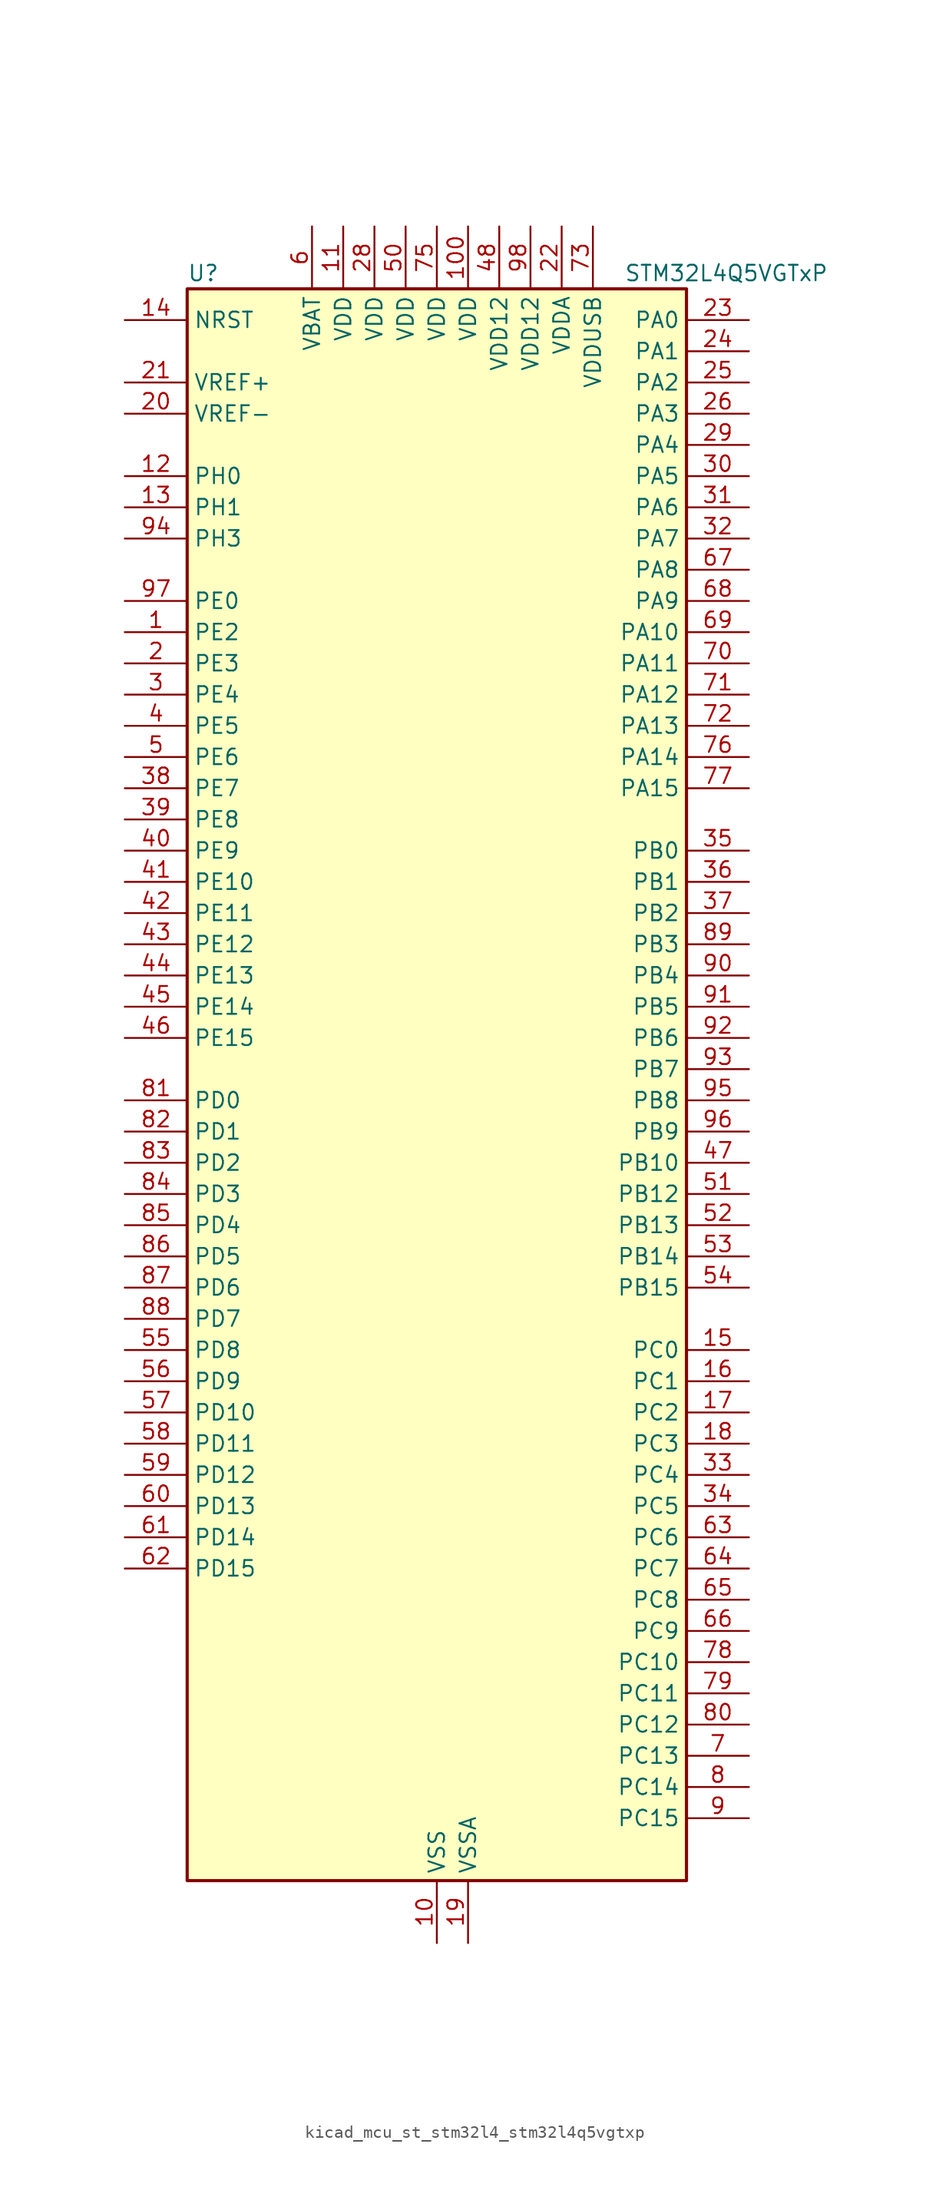
<source format=kicad_sym>
(kicad_symbol_lib
  (version 20220914)
  (generator kicad_symbol_editor)
  (symbol "kicad_mcu_st_stm32l4_stm32l4q5vgtxp"
    (property "Reference" "U"
      (at -20.32 67.31 0)
      (effects (font (size 1.27 1.27)) (justify left)))
    (property "Value" "STM32L4Q5VGTxP"
      (at 15.24 67.31 0)
      (effects (font (size 1.27 1.27)) (justify left)))
    (property "ki_locked" ""
      (at 0 0 0)
      (effects (font (size 1.27 1.27))))
    (symbol "kicad_mcu_st_stm32l4_stm32l4q5vgtxp_0_1"
      (rectangle (start -20.32 -63.5) (end 20.32 66.04) (stroke (width 0.254) (type default)) (fill (type background))))
    (symbol "kicad_mcu_st_stm32l4_stm32l4q5vgtxp_1_1"
      (pin bidirectional line (at -25.4 38.1 0) (length 5.08) (name "PE2" (effects (font (size 1.27 1.27)))) (number "1" (effects (font (size 1.27 1.27)))) (alternate "FMC_A23" bidirectional line) (alternate "LTDC_R7" bidirectional line) (alternate "SAI1_CK1" bidirectional line) (alternate "SAI1_MCLK_A" bidirectional line) (alternate "SYS_TRACECLK" bidirectional line) (alternate "TIM3_ETR" bidirectional line) (alternate "TSC_G7_IO1" bidirectional line))
      (pin power_in line (at 0 -68.58 90) (length 5.08) (name "VSS" (effects (font (size 1.27 1.27)))) (number "10" (effects (font (size 1.27 1.27)))))
      (pin power_in line (at 2.54 71.12 270) (length 5.08) (name "VDD" (effects (font (size 1.27 1.27)))) (number "100" (effects (font (size 1.27 1.27)))))
      (pin power_in line (at -7.62 71.12 270) (length 5.08) (name "VDD" (effects (font (size 1.27 1.27)))) (number "11" (effects (font (size 1.27 1.27)))))
      (pin bidirectional line (at -25.4 50.8 0) (length 5.08) (name "PH0" (effects (font (size 1.27 1.27)))) (number "12" (effects (font (size 1.27 1.27)))) (alternate "RCC_OSC_IN" bidirectional line))
      (pin bidirectional line (at -25.4 48.26 0) (length 5.08) (name "PH1" (effects (font (size 1.27 1.27)))) (number "13" (effects (font (size 1.27 1.27)))) (alternate "RCC_OSC_OUT" bidirectional line))
      (pin input line (at -25.4 63.5 0) (length 5.08) (name "NRST" (effects (font (size 1.27 1.27)))) (number "14" (effects (font (size 1.27 1.27)))))
      (pin bidirectional line (at 25.4 -20.32 180) (length 5.08) (name "PC0" (effects (font (size 1.27 1.27)))) (number "15" (effects (font (size 1.27 1.27)))) (alternate "ADC1_IN1" bidirectional line) (alternate "ADC2_IN1" bidirectional line) (alternate "I2C3_SCL" bidirectional line) (alternate "LPTIM1_IN1" bidirectional line) (alternate "LPTIM2_IN1" bidirectional line) (alternate "LPUART1_RX" bidirectional line) (alternate "LTDC_DE" bidirectional line) (alternate "SAI2_FS_A" bidirectional line) (alternate "SDMMC1_CMD" bidirectional line) (alternate "SDMMC2_CKIN" bidirectional line))
      (pin bidirectional line (at 25.4 -22.86 180) (length 5.08) (name "PC1" (effects (font (size 1.27 1.27)))) (number "16" (effects (font (size 1.27 1.27)))) (alternate "ADC1_IN2" bidirectional line) (alternate "ADC2_IN2" bidirectional line) (alternate "I2C3_SDA" bidirectional line) (alternate "LPTIM1_OUT" bidirectional line) (alternate "LPUART1_TX" bidirectional line) (alternate "OCTOSPIM_P1_IO4" bidirectional line) (alternate "SAI1_SD_A" bidirectional line) (alternate "SPI2_MOSI" bidirectional line) (alternate "SYS_TRACED0" bidirectional line))
      (pin bidirectional line (at 25.4 -25.4 180) (length 5.08) (name "PC2" (effects (font (size 1.27 1.27)))) (number "17" (effects (font (size 1.27 1.27)))) (alternate "ADC1_IN3" bidirectional line) (alternate "ADC2_IN3" bidirectional line) (alternate "DFSDM1_CKOUT" bidirectional line) (alternate "LPTIM1_IN2" bidirectional line) (alternate "LTDC_HSYNC" bidirectional line) (alternate "OCTOSPIM_P1_IO5" bidirectional line) (alternate "SPI2_MISO" bidirectional line))
      (pin bidirectional line (at 25.4 -27.94 180) (length 5.08) (name "PC3" (effects (font (size 1.27 1.27)))) (number "18" (effects (font (size 1.27 1.27)))) (alternate "ADC1_IN4" bidirectional line) (alternate "ADC2_IN4" bidirectional line) (alternate "LPTIM1_ETR" bidirectional line) (alternate "LPTIM2_ETR" bidirectional line) (alternate "OCTOSPIM_P1_IO6" bidirectional line) (alternate "SAI1_D1" bidirectional line) (alternate "SAI1_SD_A" bidirectional line) (alternate "SPI2_MOSI" bidirectional line))
      (pin power_in line (at 2.54 -68.58 90) (length 5.08) (name "VSSA" (effects (font (size 1.27 1.27)))) (number "19" (effects (font (size 1.27 1.27)))))
      (pin bidirectional line (at -25.4 35.56 0) (length 5.08) (name "PE3" (effects (font (size 1.27 1.27)))) (number "2" (effects (font (size 1.27 1.27)))) (alternate "FMC_A19" bidirectional line) (alternate "LTDC_R6" bidirectional line) (alternate "OCTOSPIM_P1_DQS" bidirectional line) (alternate "SAI1_SD_B" bidirectional line) (alternate "SYS_TRACED0" bidirectional line) (alternate "TIM3_CH1" bidirectional line) (alternate "TSC_G7_IO2" bidirectional line))
      (pin input line (at -25.4 55.88 0) (length 5.08) (name "VREF-" (effects (font (size 1.27 1.27)))) (number "20" (effects (font (size 1.27 1.27)))))
      (pin input line (at -25.4 58.42 0) (length 5.08) (name "VREF+" (effects (font (size 1.27 1.27)))) (number "21" (effects (font (size 1.27 1.27)))) (alternate "VREFBUF_OUT" bidirectional line))
      (pin power_in line (at 10.16 71.12 270) (length 5.08) (name "VDDA" (effects (font (size 1.27 1.27)))) (number "22" (effects (font (size 1.27 1.27)))))
      (pin bidirectional line (at 25.4 63.5 180) (length 5.08) (name "PA0" (effects (font (size 1.27 1.27)))) (number "23" (effects (font (size 1.27 1.27)))) (alternate "ADC1_IN5" bidirectional line) (alternate "ADC2_IN5" bidirectional line) (alternate "OPAMP1_VINP" bidirectional line) (alternate "RTC_TAMP2" bidirectional line) (alternate "SAI1_EXTCLK" bidirectional line) (alternate "SYS_WKUP1" bidirectional line) (alternate "TIM2_CH1" bidirectional line) (alternate "TIM2_ETR" bidirectional line) (alternate "TIM5_CH1" bidirectional line) (alternate "TIM8_ETR" bidirectional line) (alternate "UART4_TX" bidirectional line) (alternate "USART2_CTS" bidirectional line) (alternate "USART2_NSS" bidirectional line))
      (pin bidirectional line (at 25.4 60.96 180) (length 5.08) (name "PA1" (effects (font (size 1.27 1.27)))) (number "24" (effects (font (size 1.27 1.27)))) (alternate "ADC1_IN6" bidirectional line) (alternate "ADC2_IN6" bidirectional line) (alternate "I2C1_SMBA" bidirectional line) (alternate "OCTOSPIM_P1_DQS" bidirectional line) (alternate "OPAMP1_VINM" bidirectional line) (alternate "SDMMC2_CMD" bidirectional line) (alternate "SPI1_SCK" bidirectional line) (alternate "TIM15_CH1N" bidirectional line) (alternate "TIM2_CH2" bidirectional line) (alternate "TIM5_CH2" bidirectional line) (alternate "UART4_RX" bidirectional line) (alternate "USART2_DE" bidirectional line) (alternate "USART2_RTS" bidirectional line))
      (pin bidirectional line (at 25.4 58.42 180) (length 5.08) (name "PA2" (effects (font (size 1.27 1.27)))) (number "25" (effects (font (size 1.27 1.27)))) (alternate "ADC1_IN7" bidirectional line) (alternate "ADC2_IN7" bidirectional line) (alternate "LPUART1_TX" bidirectional line) (alternate "OCTOSPIM_P1_NCS" bidirectional line) (alternate "RCC_LSCO" bidirectional line) (alternate "SAI2_EXTCLK" bidirectional line) (alternate "SYS_WKUP4" bidirectional line) (alternate "TIM15_CH1" bidirectional line) (alternate "TIM2_CH3" bidirectional line) (alternate "TIM5_CH3" bidirectional line) (alternate "USART2_TX" bidirectional line))
      (pin bidirectional line (at 25.4 55.88 180) (length 5.08) (name "PA3" (effects (font (size 1.27 1.27)))) (number "26" (effects (font (size 1.27 1.27)))) (alternate "ADC1_IN8" bidirectional line) (alternate "ADC2_IN8" bidirectional line) (alternate "LPUART1_RX" bidirectional line) (alternate "OCTOSPIM_P1_CLK" bidirectional line) (alternate "OPAMP1_VOUT" bidirectional line) (alternate "SAI1_CK1" bidirectional line) (alternate "SAI1_MCLK_A" bidirectional line) (alternate "TIM15_CH2" bidirectional line) (alternate "TIM2_CH4" bidirectional line) (alternate "TIM5_CH4" bidirectional line) (alternate "USART2_RX" bidirectional line))
      (pin passive line (at 0 -68.58 90) (length 5.08) hide (name "VSS" (effects (font (size 1.27 1.27)))) (number "27" (effects (font (size 1.27 1.27)))))
      (pin power_in line (at -5.08 71.12 270) (length 5.08) (name "VDD" (effects (font (size 1.27 1.27)))) (number "28" (effects (font (size 1.27 1.27)))))
      (pin bidirectional line (at 25.4 53.34 180) (length 5.08) (name "PA4" (effects (font (size 1.27 1.27)))) (number "29" (effects (font (size 1.27 1.27)))) (alternate "ADC1_IN9" bidirectional line) (alternate "ADC2_IN9" bidirectional line) (alternate "DAC1_OUT1" bidirectional line) (alternate "DCMI_HSYNC" bidirectional line) (alternate "LPTIM2_OUT" bidirectional line) (alternate "LTDC_CLK" bidirectional line) (alternate "OCTOSPIM_P1_NCS" bidirectional line) (alternate "PSSI_DE" bidirectional line) (alternate "SAI1_FS_B" bidirectional line) (alternate "SPI1_NSS" bidirectional line) (alternate "SPI3_NSS" bidirectional line) (alternate "USART2_CK" bidirectional line))
      (pin bidirectional line (at -25.4 33.02 0) (length 5.08) (name "PE4" (effects (font (size 1.27 1.27)))) (number "3" (effects (font (size 1.27 1.27)))) (alternate "DCMI_D4" bidirectional line) (alternate "DFSDM1_DATIN3" bidirectional line) (alternate "FMC_A20" bidirectional line) (alternate "LTDC_B7" bidirectional line) (alternate "PSSI_D4" bidirectional line) (alternate "SAI1_D2" bidirectional line) (alternate "SAI1_FS_A" bidirectional line) (alternate "SYS_TRACED1" bidirectional line) (alternate "TIM3_CH2" bidirectional line) (alternate "TSC_G7_IO3" bidirectional line))
      (pin bidirectional line (at 25.4 50.8 180) (length 5.08) (name "PA5" (effects (font (size 1.27 1.27)))) (number "30" (effects (font (size 1.27 1.27)))) (alternate "ADC1_IN10" bidirectional line) (alternate "ADC2_IN10" bidirectional line) (alternate "DAC1_OUT2" bidirectional line) (alternate "LPTIM2_ETR" bidirectional line) (alternate "LTDC_R7" bidirectional line) (alternate "PSSI_D14" bidirectional line) (alternate "SPI1_SCK" bidirectional line) (alternate "TIM2_CH1" bidirectional line) (alternate "TIM2_ETR" bidirectional line) (alternate "TIM8_CH1N" bidirectional line))
      (pin bidirectional line (at 25.4 48.26 180) (length 5.08) (name "PA6" (effects (font (size 1.27 1.27)))) (number "31" (effects (font (size 1.27 1.27)))) (alternate "ADC1_IN11" bidirectional line) (alternate "ADC2_IN11" bidirectional line) (alternate "DCMI_PIXCLK" bidirectional line) (alternate "LPUART1_CTS" bidirectional line) (alternate "OCTOSPIM_P1_IO3" bidirectional line) (alternate "OPAMP2_VINP" bidirectional line) (alternate "PSSI_PDCK" bidirectional line) (alternate "SPI1_MISO" bidirectional line) (alternate "TIM16_CH1" bidirectional line) (alternate "TIM1_BKIN" bidirectional line) (alternate "TIM3_CH1" bidirectional line) (alternate "TIM8_BKIN" bidirectional line) (alternate "USART3_CTS" bidirectional line) (alternate "USART3_NSS" bidirectional line))
      (pin bidirectional line (at 25.4 45.72 180) (length 5.08) (name "PA7" (effects (font (size 1.27 1.27)))) (number "32" (effects (font (size 1.27 1.27)))) (alternate "ADC1_IN12" bidirectional line) (alternate "ADC2_IN12" bidirectional line) (alternate "I2C3_SCL" bidirectional line) (alternate "OCTOSPIM_P1_IO2" bidirectional line) (alternate "OPAMP2_VINM" bidirectional line) (alternate "SPI1_MOSI" bidirectional line) (alternate "TIM17_CH1" bidirectional line) (alternate "TIM1_CH1N" bidirectional line) (alternate "TIM3_CH2" bidirectional line) (alternate "TIM8_CH1N" bidirectional line))
      (pin bidirectional line (at 25.4 -30.48 180) (length 5.08) (name "PC4" (effects (font (size 1.27 1.27)))) (number "33" (effects (font (size 1.27 1.27)))) (alternate "ADC1_IN13" bidirectional line) (alternate "ADC2_IN13" bidirectional line) (alternate "COMP1_INM" bidirectional line) (alternate "OCTOSPIM_P1_IO7" bidirectional line) (alternate "OCTOSPIM_P2_NCS" bidirectional line) (alternate "USART3_TX" bidirectional line))
      (pin bidirectional line (at 25.4 -33.02 180) (length 5.08) (name "PC5" (effects (font (size 1.27 1.27)))) (number "34" (effects (font (size 1.27 1.27)))) (alternate "ADC1_IN14" bidirectional line) (alternate "ADC2_IN14" bidirectional line) (alternate "COMP1_INP" bidirectional line) (alternate "LTDC_CLK" bidirectional line) (alternate "PSSI_D15" bidirectional line) (alternate "SAI1_D3" bidirectional line) (alternate "SYS_WKUP5" bidirectional line) (alternate "USART3_RX" bidirectional line))
      (pin bidirectional line (at 25.4 20.32 180) (length 5.08) (name "PB0" (effects (font (size 1.27 1.27)))) (number "35" (effects (font (size 1.27 1.27)))) (alternate "ADC1_IN15" bidirectional line) (alternate "ADC2_IN15" bidirectional line) (alternate "COMP1_OUT" bidirectional line) (alternate "LTDC_B6" bidirectional line) (alternate "OCTOSPIM_P1_IO1" bidirectional line) (alternate "OPAMP2_VOUT" bidirectional line) (alternate "SAI1_EXTCLK" bidirectional line) (alternate "SPI1_NSS" bidirectional line) (alternate "TIM1_CH2N" bidirectional line) (alternate "TIM3_CH3" bidirectional line) (alternate "TIM8_CH2N" bidirectional line) (alternate "USART3_CK" bidirectional line))
      (pin bidirectional line (at 25.4 17.78 180) (length 5.08) (name "PB1" (effects (font (size 1.27 1.27)))) (number "36" (effects (font (size 1.27 1.27)))) (alternate "ADC1_IN16" bidirectional line) (alternate "ADC2_IN16" bidirectional line) (alternate "COMP1_INM" bidirectional line) (alternate "DFSDM1_DATIN0" bidirectional line) (alternate "LPTIM2_IN1" bidirectional line) (alternate "LPUART1_DE" bidirectional line) (alternate "LPUART1_RTS" bidirectional line) (alternate "LTDC_G6" bidirectional line) (alternate "OCTOSPIM_P1_IO0" bidirectional line) (alternate "TIM1_CH3N" bidirectional line) (alternate "TIM3_CH4" bidirectional line) (alternate "TIM8_CH3N" bidirectional line) (alternate "USART3_DE" bidirectional line) (alternate "USART3_RTS" bidirectional line))
      (pin bidirectional line (at 25.4 15.24 180) (length 5.08) (name "PB2" (effects (font (size 1.27 1.27)))) (number "37" (effects (font (size 1.27 1.27)))) (alternate "COMP1_INP" bidirectional line) (alternate "DFSDM1_CKIN0" bidirectional line) (alternate "I2C3_SMBA" bidirectional line) (alternate "LPTIM1_OUT" bidirectional line) (alternate "OCTOSPIM_P1_DQS" bidirectional line) (alternate "RTC_OUT2" bidirectional line))
      (pin bidirectional line (at -25.4 25.4 0) (length 5.08) (name "PE7" (effects (font (size 1.27 1.27)))) (number "38" (effects (font (size 1.27 1.27)))) (alternate "DFSDM1_DATIN2" bidirectional line) (alternate "FMC_D4" bidirectional line) (alternate "FMC_DA4" bidirectional line) (alternate "LTDC_B6" bidirectional line) (alternate "SAI1_SD_B" bidirectional line) (alternate "TIM1_ETR" bidirectional line))
      (pin bidirectional line (at -25.4 22.86 0) (length 5.08) (name "PE8" (effects (font (size 1.27 1.27)))) (number "39" (effects (font (size 1.27 1.27)))) (alternate "DFSDM1_CKIN2" bidirectional line) (alternate "FMC_D5" bidirectional line) (alternate "FMC_DA5" bidirectional line) (alternate "LTDC_B7" bidirectional line) (alternate "SAI1_SCK_B" bidirectional line) (alternate "TIM1_CH1N" bidirectional line))
      (pin bidirectional line (at -25.4 30.48 0) (length 5.08) (name "PE5" (effects (font (size 1.27 1.27)))) (number "4" (effects (font (size 1.27 1.27)))) (alternate "DCMI_D6" bidirectional line) (alternate "DFSDM1_CKIN3" bidirectional line) (alternate "FMC_A21" bidirectional line) (alternate "LTDC_G7" bidirectional line) (alternate "PSSI_D6" bidirectional line) (alternate "SAI1_CK2" bidirectional line) (alternate "SAI1_SCK_A" bidirectional line) (alternate "SYS_TRACED2" bidirectional line) (alternate "TIM3_CH3" bidirectional line) (alternate "TSC_G7_IO4" bidirectional line))
      (pin bidirectional line (at -25.4 20.32 0) (length 5.08) (name "PE9" (effects (font (size 1.27 1.27)))) (number "40" (effects (font (size 1.27 1.27)))) (alternate "DAC1_EXTI9" bidirectional line) (alternate "DFSDM1_CKOUT" bidirectional line) (alternate "FMC_D6" bidirectional line) (alternate "FMC_DA6" bidirectional line) (alternate "LTDC_G2" bidirectional line) (alternate "OCTOSPIM_P1_NCLK" bidirectional line) (alternate "SAI1_FS_B" bidirectional line) (alternate "TIM1_CH1" bidirectional line))
      (pin bidirectional line (at -25.4 17.78 0) (length 5.08) (name "PE10" (effects (font (size 1.27 1.27)))) (number "41" (effects (font (size 1.27 1.27)))) (alternate "FMC_D7" bidirectional line) (alternate "FMC_DA7" bidirectional line) (alternate "LTDC_G3" bidirectional line) (alternate "OCTOSPIM_P1_CLK" bidirectional line) (alternate "SAI1_MCLK_B" bidirectional line) (alternate "TIM1_CH2N" bidirectional line) (alternate "TSC_G5_IO1" bidirectional line))
      (pin bidirectional line (at -25.4 15.24 0) (length 5.08) (name "PE11" (effects (font (size 1.27 1.27)))) (number "42" (effects (font (size 1.27 1.27)))) (alternate "ADC1_EXTI11" bidirectional line) (alternate "ADC2_EXTI11" bidirectional line) (alternate "FMC_D8" bidirectional line) (alternate "FMC_DA8" bidirectional line) (alternate "LTDC_G4" bidirectional line) (alternate "OCTOSPIM_P1_NCS" bidirectional line) (alternate "TIM1_CH2" bidirectional line) (alternate "TSC_G5_IO2" bidirectional line))
      (pin bidirectional line (at -25.4 12.7 0) (length 5.08) (name "PE12" (effects (font (size 1.27 1.27)))) (number "43" (effects (font (size 1.27 1.27)))) (alternate "FMC_D9" bidirectional line) (alternate "FMC_DA9" bidirectional line) (alternate "LTDC_G5" bidirectional line) (alternate "OCTOSPIM_P1_IO0" bidirectional line) (alternate "SPI1_NSS" bidirectional line) (alternate "TIM1_CH3N" bidirectional line) (alternate "TSC_G5_IO3" bidirectional line))
      (pin bidirectional line (at -25.4 10.16 0) (length 5.08) (name "PE13" (effects (font (size 1.27 1.27)))) (number "44" (effects (font (size 1.27 1.27)))) (alternate "FMC_D10" bidirectional line) (alternate "FMC_DA10" bidirectional line) (alternate "LTDC_G6" bidirectional line) (alternate "OCTOSPIM_P1_IO1" bidirectional line) (alternate "SPI1_SCK" bidirectional line) (alternate "TIM1_CH3" bidirectional line) (alternate "TSC_G5_IO4" bidirectional line))
      (pin bidirectional line (at -25.4 7.62 0) (length 5.08) (name "PE14" (effects (font (size 1.27 1.27)))) (number "45" (effects (font (size 1.27 1.27)))) (alternate "FMC_D11" bidirectional line) (alternate "FMC_DA11" bidirectional line) (alternate "LTDC_G7" bidirectional line) (alternate "OCTOSPIM_P1_IO2" bidirectional line) (alternate "SPI1_MISO" bidirectional line) (alternate "TIM1_BKIN2" bidirectional line) (alternate "TIM1_CH4" bidirectional line))
      (pin bidirectional line (at -25.4 5.08 0) (length 5.08) (name "PE15" (effects (font (size 1.27 1.27)))) (number "46" (effects (font (size 1.27 1.27)))) (alternate "ADC1_EXTI15" bidirectional line) (alternate "ADC2_EXTI15" bidirectional line) (alternate "FMC_D12" bidirectional line) (alternate "FMC_DA12" bidirectional line) (alternate "LTDC_R2" bidirectional line) (alternate "OCTOSPIM_P1_IO3" bidirectional line) (alternate "SPI1_MOSI" bidirectional line) (alternate "TIM1_BKIN" bidirectional line))
      (pin bidirectional line (at 25.4 -5.08 180) (length 5.08) (name "PB10" (effects (font (size 1.27 1.27)))) (number "47" (effects (font (size 1.27 1.27)))) (alternate "COMP1_OUT" bidirectional line) (alternate "I2C2_SCL" bidirectional line) (alternate "I2C4_SCL" bidirectional line) (alternate "LPUART1_RX" bidirectional line) (alternate "OCTOSPIM_P1_CLK" bidirectional line) (alternate "OCTOSPIM_P1_IO3" bidirectional line) (alternate "SAI1_SCK_A" bidirectional line) (alternate "SPI2_SCK" bidirectional line) (alternate "TIM2_CH3" bidirectional line) (alternate "TSC_SYNC" bidirectional line) (alternate "USART3_TX" bidirectional line))
      (pin power_in line (at 5.08 71.12 270) (length 5.08) (name "VDD12" (effects (font (size 1.27 1.27)))) (number "48" (effects (font (size 1.27 1.27)))))
      (pin passive line (at 0 -68.58 90) (length 5.08) hide (name "VSS" (effects (font (size 1.27 1.27)))) (number "49" (effects (font (size 1.27 1.27)))))
      (pin bidirectional line (at -25.4 27.94 0) (length 5.08) (name "PE6" (effects (font (size 1.27 1.27)))) (number "5" (effects (font (size 1.27 1.27)))) (alternate "DCMI_D7" bidirectional line) (alternate "FMC_A22" bidirectional line) (alternate "LTDC_G6" bidirectional line) (alternate "PSSI_D7" bidirectional line) (alternate "RTC_TAMP3" bidirectional line) (alternate "SAI1_D1" bidirectional line) (alternate "SAI1_SD_A" bidirectional line) (alternate "SYS_TRACED3" bidirectional line) (alternate "SYS_WKUP3" bidirectional line) (alternate "TIM3_CH4" bidirectional line))
      (pin power_in line (at -2.54 71.12 270) (length 5.08) (name "VDD" (effects (font (size 1.27 1.27)))) (number "50" (effects (font (size 1.27 1.27)))))
      (pin bidirectional line (at 25.4 -7.62 180) (length 5.08) (name "PB12" (effects (font (size 1.27 1.27)))) (number "51" (effects (font (size 1.27 1.27)))) (alternate "DFSDM1_DATIN1" bidirectional line) (alternate "I2C2_SMBA" bidirectional line) (alternate "LPUART1_DE" bidirectional line) (alternate "LPUART1_RTS" bidirectional line) (alternate "OCTOSPIM_P1_NCLK" bidirectional line) (alternate "SAI2_FS_A" bidirectional line) (alternate "SDMMC2_CK" bidirectional line) (alternate "SPI2_NSS" bidirectional line) (alternate "TIM15_BKIN" bidirectional line) (alternate "TIM1_BKIN" bidirectional line) (alternate "TSC_G1_IO1" bidirectional line) (alternate "USART3_CK" bidirectional line))
      (pin bidirectional line (at 25.4 -10.16 180) (length 5.08) (name "PB13" (effects (font (size 1.27 1.27)))) (number "52" (effects (font (size 1.27 1.27)))) (alternate "DFSDM1_CKIN1" bidirectional line) (alternate "I2C2_SCL" bidirectional line) (alternate "LPUART1_CTS" bidirectional line) (alternate "OCTOSPIM_P1_IO1" bidirectional line) (alternate "SAI2_SCK_A" bidirectional line) (alternate "SPI2_SCK" bidirectional line) (alternate "TIM15_CH1N" bidirectional line) (alternate "TIM1_CH1N" bidirectional line) (alternate "TSC_G1_IO2" bidirectional line) (alternate "USART3_CTS" bidirectional line) (alternate "USART3_NSS" bidirectional line))
      (pin bidirectional line (at 25.4 -12.7 180) (length 5.08) (name "PB14" (effects (font (size 1.27 1.27)))) (number "53" (effects (font (size 1.27 1.27)))) (alternate "DFSDM1_DATIN2" bidirectional line) (alternate "I2C2_SDA" bidirectional line) (alternate "OCTOSPIM_P1_IO6" bidirectional line) (alternate "SAI2_MCLK_A" bidirectional line) (alternate "SDMMC2_D0" bidirectional line) (alternate "SPI2_MISO" bidirectional line) (alternate "TIM15_CH1" bidirectional line) (alternate "TIM1_CH2N" bidirectional line) (alternate "TIM8_CH2N" bidirectional line) (alternate "TSC_G1_IO3" bidirectional line) (alternate "USART3_DE" bidirectional line) (alternate "USART3_RTS" bidirectional line))
      (pin bidirectional line (at 25.4 -15.24 180) (length 5.08) (name "PB15" (effects (font (size 1.27 1.27)))) (number "54" (effects (font (size 1.27 1.27)))) (alternate "ADC1_EXTI15" bidirectional line) (alternate "ADC2_EXTI15" bidirectional line) (alternate "DFSDM1_CKIN2" bidirectional line) (alternate "OCTOSPIM_P1_IO7" bidirectional line) (alternate "RTC_REFIN" bidirectional line) (alternate "SAI2_SD_A" bidirectional line) (alternate "SDMMC2_D1" bidirectional line) (alternate "SPI2_MOSI" bidirectional line) (alternate "TIM15_CH2" bidirectional line) (alternate "TIM1_CH3N" bidirectional line) (alternate "TIM8_CH3N" bidirectional line) (alternate "TSC_G1_IO4" bidirectional line))
      (pin bidirectional line (at -25.4 -20.32 0) (length 5.08) (name "PD8" (effects (font (size 1.27 1.27)))) (number "55" (effects (font (size 1.27 1.27)))) (alternate "DCMI_HSYNC" bidirectional line) (alternate "FMC_D13" bidirectional line) (alternate "FMC_DA13" bidirectional line) (alternate "LTDC_R3" bidirectional line) (alternate "PSSI_DE" bidirectional line) (alternate "USART3_TX" bidirectional line))
      (pin bidirectional line (at -25.4 -22.86 0) (length 5.08) (name "PD9" (effects (font (size 1.27 1.27)))) (number "56" (effects (font (size 1.27 1.27)))) (alternate "DAC1_EXTI9" bidirectional line) (alternate "DCMI_PIXCLK" bidirectional line) (alternate "FMC_D14" bidirectional line) (alternate "FMC_DA14" bidirectional line) (alternate "LTDC_R4" bidirectional line) (alternate "PSSI_PDCK" bidirectional line) (alternate "SAI2_MCLK_A" bidirectional line) (alternate "USART3_RX" bidirectional line))
      (pin bidirectional line (at -25.4 -25.4 0) (length 5.08) (name "PD10" (effects (font (size 1.27 1.27)))) (number "57" (effects (font (size 1.27 1.27)))) (alternate "FMC_D15" bidirectional line) (alternate "FMC_DA15" bidirectional line) (alternate "LTDC_R5" bidirectional line) (alternate "SAI2_SCK_A" bidirectional line) (alternate "TSC_G6_IO1" bidirectional line) (alternate "USART3_CK" bidirectional line))
      (pin bidirectional line (at -25.4 -27.94 0) (length 5.08) (name "PD11" (effects (font (size 1.27 1.27)))) (number "58" (effects (font (size 1.27 1.27)))) (alternate "ADC1_EXTI11" bidirectional line) (alternate "ADC2_EXTI11" bidirectional line) (alternate "FMC_A16" bidirectional line) (alternate "FMC_CLE" bidirectional line) (alternate "I2C4_SMBA" bidirectional line) (alternate "LPTIM2_ETR" bidirectional line) (alternate "LTDC_R6" bidirectional line) (alternate "SAI2_SD_A" bidirectional line) (alternate "TSC_G6_IO2" bidirectional line) (alternate "USART3_CTS" bidirectional line) (alternate "USART3_NSS" bidirectional line))
      (pin bidirectional line (at -25.4 -30.48 0) (length 5.08) (name "PD12" (effects (font (size 1.27 1.27)))) (number "59" (effects (font (size 1.27 1.27)))) (alternate "FMC_A17" bidirectional line) (alternate "FMC_ALE" bidirectional line) (alternate "I2C4_SCL" bidirectional line) (alternate "LPTIM2_IN1" bidirectional line) (alternate "LTDC_R7" bidirectional line) (alternate "SAI2_FS_A" bidirectional line) (alternate "TIM4_CH1" bidirectional line) (alternate "TSC_G6_IO3" bidirectional line) (alternate "USART3_DE" bidirectional line) (alternate "USART3_RTS" bidirectional line))
      (pin power_in line (at -10.16 71.12 270) (length 5.08) (name "VBAT" (effects (font (size 1.27 1.27)))) (number "6" (effects (font (size 1.27 1.27)))))
      (pin bidirectional line (at -25.4 -33.02 0) (length 5.08) (name "PD13" (effects (font (size 1.27 1.27)))) (number "60" (effects (font (size 1.27 1.27)))) (alternate "FMC_A18" bidirectional line) (alternate "I2C4_SDA" bidirectional line) (alternate "LPTIM2_OUT" bidirectional line) (alternate "TIM4_CH2" bidirectional line) (alternate "TSC_G6_IO4" bidirectional line))
      (pin bidirectional line (at -25.4 -35.56 0) (length 5.08) (name "PD14" (effects (font (size 1.27 1.27)))) (number "61" (effects (font (size 1.27 1.27)))) (alternate "FMC_D0" bidirectional line) (alternate "FMC_DA0" bidirectional line) (alternate "LTDC_B2" bidirectional line) (alternate "TIM4_CH3" bidirectional line))
      (pin bidirectional line (at -25.4 -38.1 0) (length 5.08) (name "PD15" (effects (font (size 1.27 1.27)))) (number "62" (effects (font (size 1.27 1.27)))) (alternate "ADC1_EXTI15" bidirectional line) (alternate "ADC2_EXTI15" bidirectional line) (alternate "FMC_D1" bidirectional line) (alternate "FMC_DA1" bidirectional line) (alternate "LTDC_B3" bidirectional line) (alternate "TIM4_CH4" bidirectional line))
      (pin bidirectional line (at 25.4 -35.56 180) (length 5.08) (name "PC6" (effects (font (size 1.27 1.27)))) (number "63" (effects (font (size 1.27 1.27)))) (alternate "DCMI_D0" bidirectional line) (alternate "DFSDM1_CKIN3" bidirectional line) (alternate "LTDC_G7" bidirectional line) (alternate "PSSI_D0" bidirectional line) (alternate "SAI2_MCLK_A" bidirectional line) (alternate "SDMMC1_D0DIR" bidirectional line) (alternate "SDMMC1_D6" bidirectional line) (alternate "SDMMC2_D6" bidirectional line) (alternate "TIM3_CH1" bidirectional line) (alternate "TIM8_CH1" bidirectional line) (alternate "TSC_G4_IO1" bidirectional line))
      (pin bidirectional line (at 25.4 -38.1 180) (length 5.08) (name "PC7" (effects (font (size 1.27 1.27)))) (number "64" (effects (font (size 1.27 1.27)))) (alternate "DCMI_D1" bidirectional line) (alternate "DFSDM1_DATIN3" bidirectional line) (alternate "LTDC_B6" bidirectional line) (alternate "PSSI_D1" bidirectional line) (alternate "SAI2_MCLK_B" bidirectional line) (alternate "SDMMC1_D123DIR" bidirectional line) (alternate "SDMMC1_D7" bidirectional line) (alternate "SDMMC2_D7" bidirectional line) (alternate "TIM3_CH2" bidirectional line) (alternate "TIM8_CH2" bidirectional line) (alternate "TSC_G4_IO2" bidirectional line))
      (pin bidirectional line (at 25.4 -40.64 180) (length 5.08) (name "PC8" (effects (font (size 1.27 1.27)))) (number "65" (effects (font (size 1.27 1.27)))) (alternate "DCMI_D2" bidirectional line) (alternate "PSSI_D2" bidirectional line) (alternate "SDMMC1_D0" bidirectional line) (alternate "TIM3_CH3" bidirectional line) (alternate "TIM8_CH3" bidirectional line) (alternate "TSC_G4_IO3" bidirectional line))
      (pin bidirectional line (at 25.4 -43.18 180) (length 5.08) (name "PC9" (effects (font (size 1.27 1.27)))) (number "66" (effects (font (size 1.27 1.27)))) (alternate "DAC1_EXTI9" bidirectional line) (alternate "DCMI_D3" bidirectional line) (alternate "I2C3_SDA" bidirectional line) (alternate "PSSI_D3" bidirectional line) (alternate "SAI2_EXTCLK" bidirectional line) (alternate "SDMMC1_D1" bidirectional line) (alternate "SYS_TRACED0" bidirectional line) (alternate "TIM3_CH4" bidirectional line) (alternate "TIM8_BKIN2" bidirectional line) (alternate "TIM8_CH4" bidirectional line) (alternate "TSC_G4_IO4" bidirectional line) (alternate "USB_OTG_FS_NOE" bidirectional line))
      (pin bidirectional line (at 25.4 43.18 180) (length 5.08) (name "PA8" (effects (font (size 1.27 1.27)))) (number "67" (effects (font (size 1.27 1.27)))) (alternate "LPTIM2_OUT" bidirectional line) (alternate "LTDC_B7" bidirectional line) (alternate "RCC_MCO" bidirectional line) (alternate "SAI1_CK2" bidirectional line) (alternate "SAI1_SCK_A" bidirectional line) (alternate "TIM1_CH1" bidirectional line) (alternate "USART1_CK" bidirectional line) (alternate "USB_OTG_FS_SOF" bidirectional line))
      (pin bidirectional line (at 25.4 40.64 180) (length 5.08) (name "PA9" (effects (font (size 1.27 1.27)))) (number "68" (effects (font (size 1.27 1.27)))) (alternate "DAC1_EXTI9" bidirectional line) (alternate "DCMI_D0" bidirectional line) (alternate "LTDC_G7" bidirectional line) (alternate "PSSI_D0" bidirectional line) (alternate "SAI1_FS_A" bidirectional line) (alternate "SPI2_SCK" bidirectional line) (alternate "TIM15_BKIN" bidirectional line) (alternate "TIM1_CH2" bidirectional line) (alternate "USART1_TX" bidirectional line) (alternate "USB_OTG_FS_VBUS" bidirectional line))
      (pin bidirectional line (at 25.4 38.1 180) (length 5.08) (name "PA10" (effects (font (size 1.27 1.27)))) (number "69" (effects (font (size 1.27 1.27)))) (alternate "DCMI_D1" bidirectional line) (alternate "LTDC_G6" bidirectional line) (alternate "PSSI_D1" bidirectional line) (alternate "SAI1_D1" bidirectional line) (alternate "SAI1_SD_A" bidirectional line) (alternate "TIM17_BKIN" bidirectional line) (alternate "TIM1_CH3" bidirectional line) (alternate "USART1_RX" bidirectional line) (alternate "USB_OTG_FS_ID" bidirectional line))
      (pin bidirectional line (at 25.4 -53.34 180) (length 5.08) (name "PC13" (effects (font (size 1.27 1.27)))) (number "7" (effects (font (size 1.27 1.27)))) (alternate "RTC_OUT1" bidirectional line) (alternate "RTC_TAMP1" bidirectional line) (alternate "RTC_TS" bidirectional line) (alternate "SYS_WKUP2" bidirectional line))
      (pin bidirectional line (at 25.4 35.56 180) (length 5.08) (name "PA11" (effects (font (size 1.27 1.27)))) (number "70" (effects (font (size 1.27 1.27)))) (alternate "ADC1_EXTI11" bidirectional line) (alternate "ADC2_EXTI11" bidirectional line) (alternate "CAN1_RX" bidirectional line) (alternate "LTDC_DE" bidirectional line) (alternate "SPI1_MISO" bidirectional line) (alternate "TIM1_BKIN2" bidirectional line) (alternate "TIM1_CH4" bidirectional line) (alternate "USART1_CTS" bidirectional line) (alternate "USART1_NSS" bidirectional line) (alternate "USB_OTG_FS_DM" bidirectional line))
      (pin bidirectional line (at 25.4 33.02 180) (length 5.08) (name "PA12" (effects (font (size 1.27 1.27)))) (number "71" (effects (font (size 1.27 1.27)))) (alternate "CAN1_TX" bidirectional line) (alternate "LTDC_VSYNC" bidirectional line) (alternate "OCTOSPIM_P2_NCS" bidirectional line) (alternate "SPI1_MOSI" bidirectional line) (alternate "TIM1_ETR" bidirectional line) (alternate "USART1_DE" bidirectional line) (alternate "USART1_RTS" bidirectional line) (alternate "USB_OTG_FS_DP" bidirectional line))
      (pin bidirectional line (at 25.4 30.48 180) (length 5.08) (name "PA13" (effects (font (size 1.27 1.27)))) (number "72" (effects (font (size 1.27 1.27)))) (alternate "IR_OUT" bidirectional line) (alternate "SAI1_SD_B" bidirectional line) (alternate "SYS_JTMS-SWDIO" bidirectional line) (alternate "USB_OTG_FS_NOE" bidirectional line))
      (pin power_in line (at 12.7 71.12 270) (length 5.08) (name "VDDUSB" (effects (font (size 1.27 1.27)))) (number "73" (effects (font (size 1.27 1.27)))))
      (pin passive line (at 0 -68.58 90) (length 5.08) hide (name "VSS" (effects (font (size 1.27 1.27)))) (number "74" (effects (font (size 1.27 1.27)))))
      (pin power_in line (at 0 71.12 270) (length 5.08) (name "VDD" (effects (font (size 1.27 1.27)))) (number "75" (effects (font (size 1.27 1.27)))))
      (pin bidirectional line (at 25.4 27.94 180) (length 5.08) (name "PA14" (effects (font (size 1.27 1.27)))) (number "76" (effects (font (size 1.27 1.27)))) (alternate "I2C1_SMBA" bidirectional line) (alternate "I2C4_SMBA" bidirectional line) (alternate "LPTIM1_OUT" bidirectional line) (alternate "SAI1_FS_B" bidirectional line) (alternate "SYS_JTCK-SWCLK" bidirectional line) (alternate "USB_OTG_FS_SOF" bidirectional line))
      (pin bidirectional line (at 25.4 25.4 180) (length 5.08) (name "PA15" (effects (font (size 1.27 1.27)))) (number "77" (effects (font (size 1.27 1.27)))) (alternate "ADC1_EXTI15" bidirectional line) (alternate "ADC2_EXTI15" bidirectional line) (alternate "LTDC_HSYNC" bidirectional line) (alternate "SAI2_FS_B" bidirectional line) (alternate "SPI1_NSS" bidirectional line) (alternate "SPI3_NSS" bidirectional line) (alternate "SYS_JTDI" bidirectional line) (alternate "TIM2_CH1" bidirectional line) (alternate "TIM2_ETR" bidirectional line) (alternate "TSC_G3_IO1" bidirectional line) (alternate "UART4_DE" bidirectional line) (alternate "UART4_RTS" bidirectional line) (alternate "USART2_RX" bidirectional line) (alternate "USART3_DE" bidirectional line) (alternate "USART3_RTS" bidirectional line))
      (pin bidirectional line (at 25.4 -45.72 180) (length 5.08) (name "PC10" (effects (font (size 1.27 1.27)))) (number "78" (effects (font (size 1.27 1.27)))) (alternate "DCMI_D8" bidirectional line) (alternate "DCMI_VSYNC" bidirectional line) (alternate "PSSI_D8" bidirectional line) (alternate "PSSI_RDY" bidirectional line) (alternate "SAI2_SCK_B" bidirectional line) (alternate "SDMMC1_D2" bidirectional line) (alternate "SPI3_SCK" bidirectional line) (alternate "SYS_TRACED1" bidirectional line) (alternate "TSC_G3_IO2" bidirectional line) (alternate "UART4_TX" bidirectional line) (alternate "USART3_TX" bidirectional line))
      (pin bidirectional line (at 25.4 -48.26 180) (length 5.08) (name "PC11" (effects (font (size 1.27 1.27)))) (number "79" (effects (font (size 1.27 1.27)))) (alternate "ADC1_EXTI11" bidirectional line) (alternate "ADC2_EXTI11" bidirectional line) (alternate "DCMI_D2" bidirectional line) (alternate "DCMI_D4" bidirectional line) (alternate "OCTOSPIM_P1_NCS" bidirectional line) (alternate "PSSI_D2" bidirectional line) (alternate "PSSI_D4" bidirectional line) (alternate "SAI2_MCLK_B" bidirectional line) (alternate "SDMMC1_D3" bidirectional line) (alternate "SPI3_MISO" bidirectional line) (alternate "TSC_G3_IO3" bidirectional line) (alternate "UART4_RX" bidirectional line) (alternate "USART3_RX" bidirectional line))
      (pin bidirectional line (at 25.4 -55.88 180) (length 5.08) (name "PC14" (effects (font (size 1.27 1.27)))) (number "8" (effects (font (size 1.27 1.27)))) (alternate "RCC_OSC32_IN" bidirectional line))
      (pin bidirectional line (at 25.4 -50.8 180) (length 5.08) (name "PC12" (effects (font (size 1.27 1.27)))) (number "80" (effects (font (size 1.27 1.27)))) (alternate "DCMI_D9" bidirectional line) (alternate "LTDC_R6" bidirectional line) (alternate "PSSI_D9" bidirectional line) (alternate "SAI2_SD_B" bidirectional line) (alternate "SDMMC1_CK" bidirectional line) (alternate "SPI3_MOSI" bidirectional line) (alternate "SYS_TRACED3" bidirectional line) (alternate "TSC_G3_IO4" bidirectional line) (alternate "UART5_TX" bidirectional line) (alternate "USART3_CK" bidirectional line))
      (pin bidirectional line (at -25.4 0 0) (length 5.08) (name "PD0" (effects (font (size 1.27 1.27)))) (number "81" (effects (font (size 1.27 1.27)))) (alternate "CAN1_RX" bidirectional line) (alternate "FMC_D2" bidirectional line) (alternate "FMC_DA2" bidirectional line) (alternate "LTDC_B4" bidirectional line) (alternate "SPI2_NSS" bidirectional line))
      (pin bidirectional line (at -25.4 -2.54 0) (length 5.08) (name "PD1" (effects (font (size 1.27 1.27)))) (number "82" (effects (font (size 1.27 1.27)))) (alternate "CAN1_TX" bidirectional line) (alternate "FMC_D3" bidirectional line) (alternate "FMC_DA3" bidirectional line) (alternate "LTDC_B5" bidirectional line) (alternate "SPI2_SCK" bidirectional line))
      (pin bidirectional line (at -25.4 -5.08 0) (length 5.08) (name "PD2" (effects (font (size 1.27 1.27)))) (number "83" (effects (font (size 1.27 1.27)))) (alternate "DCMI_D11" bidirectional line) (alternate "PSSI_D11" bidirectional line) (alternate "SDMMC1_CMD" bidirectional line) (alternate "SYS_TRACED2" bidirectional line) (alternate "TIM3_ETR" bidirectional line) (alternate "TSC_SYNC" bidirectional line) (alternate "UART5_RX" bidirectional line) (alternate "USART3_DE" bidirectional line) (alternate "USART3_RTS" bidirectional line))
      (pin bidirectional line (at -25.4 -7.62 0) (length 5.08) (name "PD3" (effects (font (size 1.27 1.27)))) (number "84" (effects (font (size 1.27 1.27)))) (alternate "DCMI_D5" bidirectional line) (alternate "DFSDM1_DATIN0" bidirectional line) (alternate "FMC_CLK" bidirectional line) (alternate "LTDC_CLK" bidirectional line) (alternate "OCTOSPIM_P2_NCS" bidirectional line) (alternate "PSSI_D5" bidirectional line) (alternate "SPI2_MISO" bidirectional line) (alternate "SPI2_SCK" bidirectional line) (alternate "USART2_CTS" bidirectional line) (alternate "USART2_NSS" bidirectional line))
      (pin bidirectional line (at -25.4 -10.16 0) (length 5.08) (name "PD4" (effects (font (size 1.27 1.27)))) (number "85" (effects (font (size 1.27 1.27)))) (alternate "DFSDM1_CKIN0" bidirectional line) (alternate "FMC_NOE" bidirectional line) (alternate "OCTOSPIM_P1_IO4" bidirectional line) (alternate "SDMMC2_CKIN" bidirectional line) (alternate "SPI2_MOSI" bidirectional line) (alternate "USART2_DE" bidirectional line) (alternate "USART2_RTS" bidirectional line))
      (pin bidirectional line (at -25.4 -12.7 0) (length 5.08) (name "PD5" (effects (font (size 1.27 1.27)))) (number "86" (effects (font (size 1.27 1.27)))) (alternate "FMC_NWE" bidirectional line) (alternate "OCTOSPIM_P1_IO5" bidirectional line) (alternate "USART2_TX" bidirectional line))
      (pin bidirectional line (at -25.4 -15.24 0) (length 5.08) (name "PD6" (effects (font (size 1.27 1.27)))) (number "87" (effects (font (size 1.27 1.27)))) (alternate "DCMI_D10" bidirectional line) (alternate "DFSDM1_DATIN1" bidirectional line) (alternate "FMC_NWAIT" bidirectional line) (alternate "LTDC_DE" bidirectional line) (alternate "OCTOSPIM_P1_IO6" bidirectional line) (alternate "PSSI_D10" bidirectional line) (alternate "SAI1_D1" bidirectional line) (alternate "SAI1_SD_A" bidirectional line) (alternate "SDMMC2_CK" bidirectional line) (alternate "SPI3_MOSI" bidirectional line) (alternate "USART2_RX" bidirectional line))
      (pin bidirectional line (at -25.4 -17.78 0) (length 5.08) (name "PD7" (effects (font (size 1.27 1.27)))) (number "88" (effects (font (size 1.27 1.27)))) (alternate "DFSDM1_CKIN1" bidirectional line) (alternate "FMC_NCE" bidirectional line) (alternate "FMC_NE1" bidirectional line) (alternate "OCTOSPIM_P1_IO7" bidirectional line) (alternate "SDMMC2_CMD" bidirectional line) (alternate "USART2_CK" bidirectional line))
      (pin bidirectional line (at 25.4 12.7 180) (length 5.08) (name "PB3" (effects (font (size 1.27 1.27)))) (number "89" (effects (font (size 1.27 1.27)))) (alternate "COMP2_INM" bidirectional line) (alternate "CRS_SYNC" bidirectional line) (alternate "OCTOSPIM_P1_IO4" bidirectional line) (alternate "SAI1_SCK_B" bidirectional line) (alternate "SDMMC2_D2" bidirectional line) (alternate "SPI1_SCK" bidirectional line) (alternate "SPI3_SCK" bidirectional line) (alternate "SYS_JTDO-SWO" bidirectional line) (alternate "TIM2_CH2" bidirectional line) (alternate "USART1_DE" bidirectional line) (alternate "USART1_RTS" bidirectional line))
      (pin bidirectional line (at 25.4 -58.42 180) (length 5.08) (name "PC15" (effects (font (size 1.27 1.27)))) (number "9" (effects (font (size 1.27 1.27)))) (alternate "ADC1_EXTI15" bidirectional line) (alternate "ADC2_EXTI15" bidirectional line) (alternate "RCC_OSC32_OUT" bidirectional line))
      (pin bidirectional line (at 25.4 10.16 180) (length 5.08) (name "PB4" (effects (font (size 1.27 1.27)))) (number "90" (effects (font (size 1.27 1.27)))) (alternate "COMP2_INP" bidirectional line) (alternate "DCMI_D12" bidirectional line) (alternate "I2C3_SDA" bidirectional line) (alternate "OCTOSPIM_P1_IO5" bidirectional line) (alternate "PSSI_D12" bidirectional line) (alternate "SAI1_MCLK_B" bidirectional line) (alternate "SDMMC2_D3" bidirectional line) (alternate "SPI1_MISO" bidirectional line) (alternate "SPI3_MISO" bidirectional line) (alternate "SYS_JTRST" bidirectional line) (alternate "TIM17_BKIN" bidirectional line) (alternate "TIM3_CH1" bidirectional line) (alternate "TSC_G2_IO1" bidirectional line) (alternate "UART5_DE" bidirectional line) (alternate "UART5_RTS" bidirectional line) (alternate "USART1_CTS" bidirectional line) (alternate "USART1_NSS" bidirectional line))
      (pin bidirectional line (at 25.4 7.62 180) (length 5.08) (name "PB5" (effects (font (size 1.27 1.27)))) (number "91" (effects (font (size 1.27 1.27)))) (alternate "COMP2_OUT" bidirectional line) (alternate "DCMI_D10" bidirectional line) (alternate "I2C1_SMBA" bidirectional line) (alternate "LPTIM1_IN1" bidirectional line) (alternate "OCTOSPIM_P1_IO0" bidirectional line) (alternate "PSSI_D10" bidirectional line) (alternate "SAI1_SD_B" bidirectional line) (alternate "SPI1_MOSI" bidirectional line) (alternate "SPI3_MOSI" bidirectional line) (alternate "TIM16_BKIN" bidirectional line) (alternate "TIM3_CH2" bidirectional line) (alternate "TSC_G2_IO2" bidirectional line) (alternate "UART5_CTS" bidirectional line) (alternate "USART1_CK" bidirectional line))
      (pin bidirectional line (at 25.4 5.08 180) (length 5.08) (name "PB6" (effects (font (size 1.27 1.27)))) (number "92" (effects (font (size 1.27 1.27)))) (alternate "COMP2_INP" bidirectional line) (alternate "DCMI_D5" bidirectional line) (alternate "I2C1_SCL" bidirectional line) (alternate "I2C4_SCL" bidirectional line) (alternate "LPTIM1_ETR" bidirectional line) (alternate "LTDC_R6" bidirectional line) (alternate "PSSI_D5" bidirectional line) (alternate "SAI1_FS_B" bidirectional line) (alternate "TIM16_CH1N" bidirectional line) (alternate "TIM4_CH1" bidirectional line) (alternate "TIM8_BKIN2" bidirectional line) (alternate "TSC_G2_IO3" bidirectional line) (alternate "USART1_TX" bidirectional line))
      (pin bidirectional line (at 25.4 2.54 180) (length 5.08) (name "PB7" (effects (font (size 1.27 1.27)))) (number "93" (effects (font (size 1.27 1.27)))) (alternate "COMP2_INM" bidirectional line) (alternate "DCMI_VSYNC" bidirectional line) (alternate "FMC_NL" bidirectional line) (alternate "I2C1_SDA" bidirectional line) (alternate "I2C4_SDA" bidirectional line) (alternate "LPTIM1_IN2" bidirectional line) (alternate "LTDC_VSYNC" bidirectional line) (alternate "PSSI_RDY" bidirectional line) (alternate "SYS_PVD_IN" bidirectional line) (alternate "TIM17_CH1N" bidirectional line) (alternate "TIM4_CH2" bidirectional line) (alternate "TIM8_BKIN" bidirectional line) (alternate "TSC_G2_IO4" bidirectional line) (alternate "UART4_CTS" bidirectional line) (alternate "USART1_RX" bidirectional line))
      (pin bidirectional line (at -25.4 45.72 0) (length 5.08) (name "PH3" (effects (font (size 1.27 1.27)))) (number "94" (effects (font (size 1.27 1.27)))))
      (pin bidirectional line (at 25.4 0 180) (length 5.08) (name "PB8" (effects (font (size 1.27 1.27)))) (number "95" (effects (font (size 1.27 1.27)))) (alternate "CAN1_RX" bidirectional line) (alternate "DCMI_D6" bidirectional line) (alternate "DFSDM1_CKOUT" bidirectional line) (alternate "I2C1_SCL" bidirectional line) (alternate "LTDC_DE" bidirectional line) (alternate "PSSI_D6" bidirectional line) (alternate "SAI1_CK1" bidirectional line) (alternate "SAI1_MCLK_A" bidirectional line) (alternate "SDMMC1_CKIN" bidirectional line) (alternate "SDMMC1_D4" bidirectional line) (alternate "SDMMC2_D4" bidirectional line) (alternate "TIM16_CH1" bidirectional line) (alternate "TIM4_CH3" bidirectional line))
      (pin bidirectional line (at 25.4 -2.54 180) (length 5.08) (name "PB9" (effects (font (size 1.27 1.27)))) (number "96" (effects (font (size 1.27 1.27)))) (alternate "CAN1_TX" bidirectional line) (alternate "DAC1_EXTI9" bidirectional line) (alternate "DCMI_D7" bidirectional line) (alternate "I2C1_SDA" bidirectional line) (alternate "IR_OUT" bidirectional line) (alternate "PSSI_D7" bidirectional line) (alternate "SAI1_D2" bidirectional line) (alternate "SAI1_FS_A" bidirectional line) (alternate "SDMMC1_CDIR" bidirectional line) (alternate "SDMMC1_D5" bidirectional line) (alternate "SDMMC2_D5" bidirectional line) (alternate "SPI2_NSS" bidirectional line) (alternate "TIM17_CH1" bidirectional line) (alternate "TIM4_CH4" bidirectional line))
      (pin bidirectional line (at -25.4 40.64 0) (length 5.08) (name "PE0" (effects (font (size 1.27 1.27)))) (number "97" (effects (font (size 1.27 1.27)))) (alternate "DCMI_D2" bidirectional line) (alternate "FMC_NBL0" bidirectional line) (alternate "LTDC_HSYNC" bidirectional line) (alternate "PSSI_D2" bidirectional line) (alternate "TIM16_CH1" bidirectional line) (alternate "TIM4_ETR" bidirectional line))
      (pin power_in line (at 7.62 71.12 270) (length 5.08) (name "VDD12" (effects (font (size 1.27 1.27)))) (number "98" (effects (font (size 1.27 1.27)))))
      (pin passive line (at 0 -68.58 90) (length 5.08) hide (name "VSS" (effects (font (size 1.27 1.27)))) (number "99" (effects (font (size 1.27 1.27))))))))
</source>
